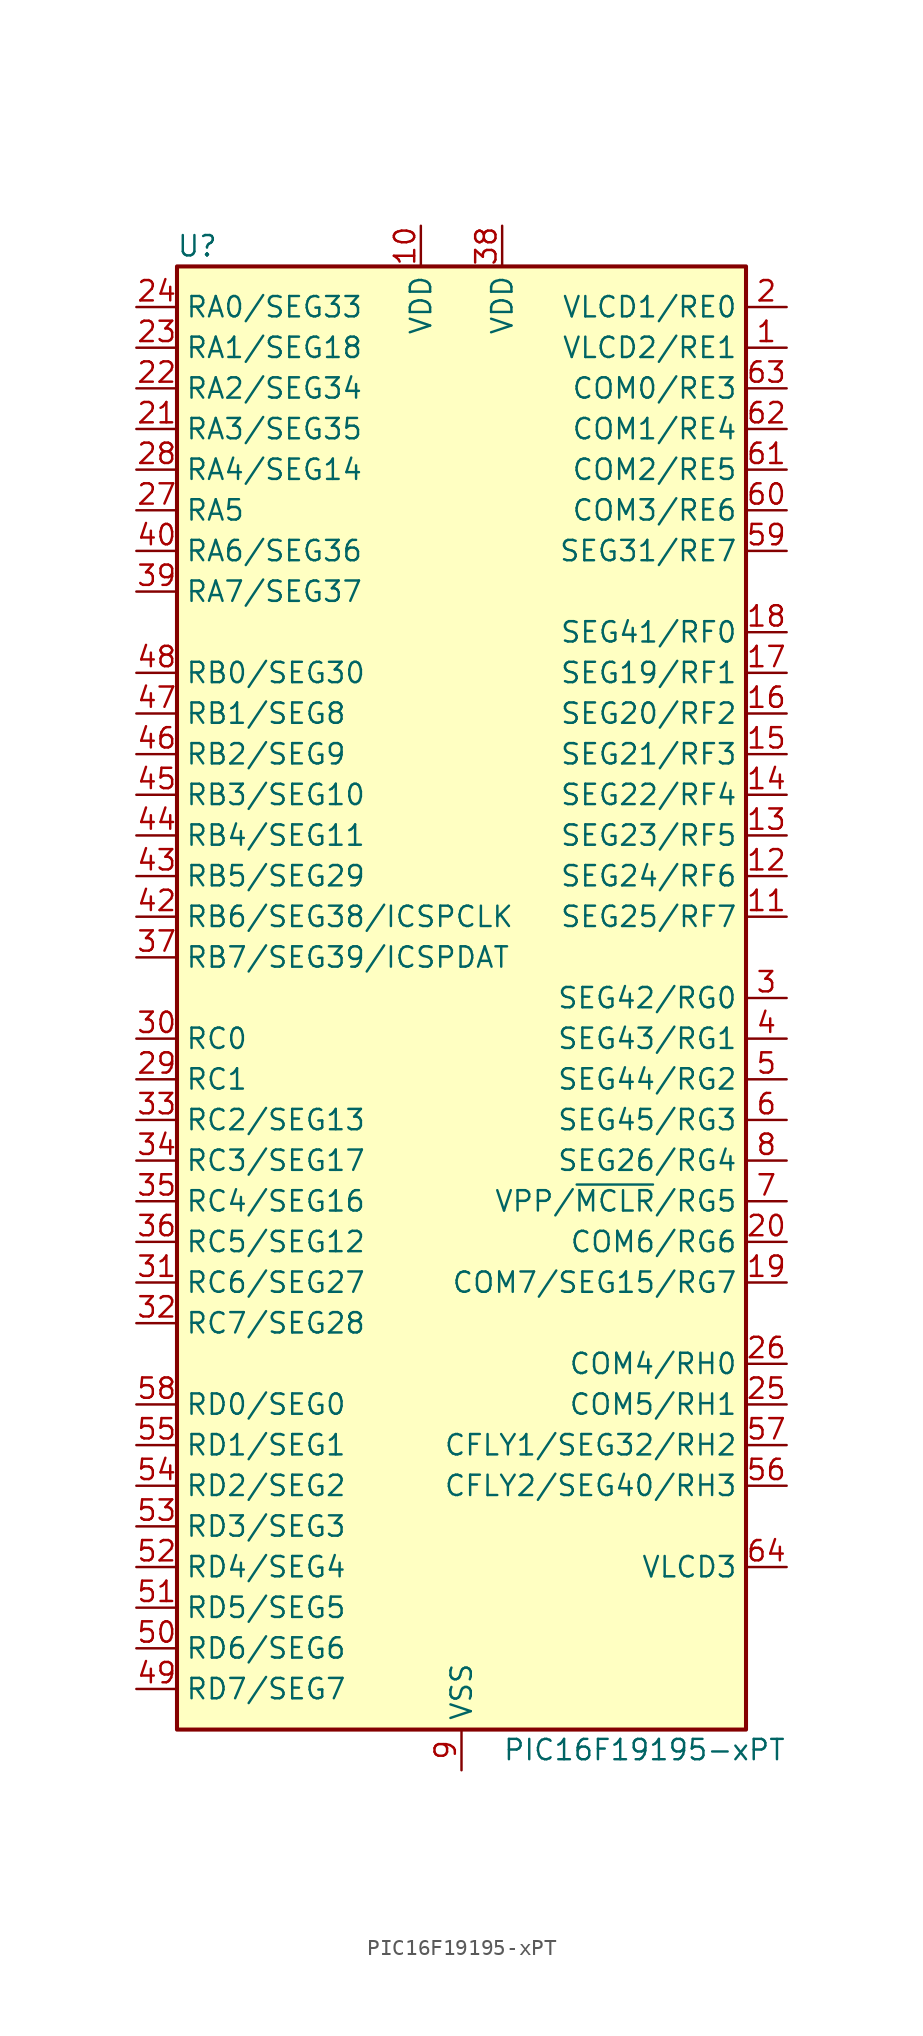
<source format=kicad_sym>
(kicad_symbol_lib
  (version 20201005)
  (generator kicad_symbol_editor)
  (symbol "MCU_Microchip_PIC16:PIC16F19195-xPT"
    (property "Reference" "U"
      (at -16.51 46.99 0)
      (effects (font (size 1.27 1.27))))
    (property "Value" "PIC16F19195-xPT"
      (at 11.43 -46.99 0)
      (effects (font (size 1.27 1.27))))
    (symbol "PIC16F19195-xPT_0_1"
      (rectangle (start -17.78 45.72) (end 17.78 -45.72) (stroke (width 0.254)) (fill (type background))))
    (symbol "PIC16F19195-xPT_1_1"
      (pin bidirectional line (at 20.32 40.64 180) (length 2.54) (name "VLCD2/RE1" (effects (font (size 1.27 1.27)))) (number "1" (effects (font (size 1.27 1.27)))))
      (pin power_in line (at -2.54 48.26 270) (length 2.54) (name "VDD" (effects (font (size 1.27 1.27)))) (number "10" (effects (font (size 1.27 1.27)))))
      (pin bidirectional line (at 20.32 5.08 180) (length 2.54) (name "SEG25/RF7" (effects (font (size 1.27 1.27)))) (number "11" (effects (font (size 1.27 1.27)))))
      (pin bidirectional line (at 20.32 7.62 180) (length 2.54) (name "SEG24/RF6" (effects (font (size 1.27 1.27)))) (number "12" (effects (font (size 1.27 1.27)))))
      (pin bidirectional line (at 20.32 10.16 180) (length 2.54) (name "SEG23/RF5" (effects (font (size 1.27 1.27)))) (number "13" (effects (font (size 1.27 1.27)))))
      (pin bidirectional line (at 20.32 12.7 180) (length 2.54) (name "SEG22/RF4" (effects (font (size 1.27 1.27)))) (number "14" (effects (font (size 1.27 1.27)))))
      (pin bidirectional line (at 20.32 15.24 180) (length 2.54) (name "SEG21/RF3" (effects (font (size 1.27 1.27)))) (number "15" (effects (font (size 1.27 1.27)))))
      (pin bidirectional line (at 20.32 17.78 180) (length 2.54) (name "SEG20/RF2" (effects (font (size 1.27 1.27)))) (number "16" (effects (font (size 1.27 1.27)))))
      (pin bidirectional line (at 20.32 20.32 180) (length 2.54) (name "SEG19/RF1" (effects (font (size 1.27 1.27)))) (number "17" (effects (font (size 1.27 1.27)))))
      (pin bidirectional line (at 20.32 22.86 180) (length 2.54) (name "SEG41/RF0" (effects (font (size 1.27 1.27)))) (number "18" (effects (font (size 1.27 1.27)))))
      (pin bidirectional line (at 20.32 -17.78 180) (length 2.54) (name "COM7/SEG15/RG7" (effects (font (size 1.27 1.27)))) (number "19" (effects (font (size 1.27 1.27)))))
      (pin bidirectional line (at 20.32 43.18 180) (length 2.54) (name "VLCD1/RE0" (effects (font (size 1.27 1.27)))) (number "2" (effects (font (size 1.27 1.27)))))
      (pin bidirectional line (at 20.32 -15.24 180) (length 2.54) (name "COM6/RG6" (effects (font (size 1.27 1.27)))) (number "20" (effects (font (size 1.27 1.27)))))
      (pin bidirectional line (at -20.32 35.56 0) (length 2.54) (name "RA3/SEG35" (effects (font (size 1.27 1.27)))) (number "21" (effects (font (size 1.27 1.27)))))
      (pin bidirectional line (at -20.32 38.1 0) (length 2.54) (name "RA2/SEG34" (effects (font (size 1.27 1.27)))) (number "22" (effects (font (size 1.27 1.27)))))
      (pin bidirectional line (at -20.32 40.64 0) (length 2.54) (name "RA1/SEG18" (effects (font (size 1.27 1.27)))) (number "23" (effects (font (size 1.27 1.27)))))
      (pin bidirectional line (at -20.32 43.18 0) (length 2.54) (name "RA0/SEG33" (effects (font (size 1.27 1.27)))) (number "24" (effects (font (size 1.27 1.27)))))
      (pin bidirectional line (at 20.32 -25.4 180) (length 2.54) (name "COM5/RH1" (effects (font (size 1.27 1.27)))) (number "25" (effects (font (size 1.27 1.27)))))
      (pin bidirectional line (at 20.32 -22.86 180) (length 2.54) (name "COM4/RH0" (effects (font (size 1.27 1.27)))) (number "26" (effects (font (size 1.27 1.27)))))
      (pin bidirectional line (at -20.32 30.48 0) (length 2.54) (name "RA5" (effects (font (size 1.27 1.27)))) (number "27" (effects (font (size 1.27 1.27)))))
      (pin bidirectional line (at -20.32 33.02 0) (length 2.54) (name "RA4/SEG14" (effects (font (size 1.27 1.27)))) (number "28" (effects (font (size 1.27 1.27)))))
      (pin bidirectional line (at -20.32 -5.08 0) (length 2.54) (name "RC1" (effects (font (size 1.27 1.27)))) (number "29" (effects (font (size 1.27 1.27)))))
      (pin bidirectional line (at 20.32 0 180) (length 2.54) (name "SEG42/RG0" (effects (font (size 1.27 1.27)))) (number "3" (effects (font (size 1.27 1.27)))))
      (pin bidirectional line (at -20.32 -2.54 0) (length 2.54) (name "RC0" (effects (font (size 1.27 1.27)))) (number "30" (effects (font (size 1.27 1.27)))))
      (pin bidirectional line (at -20.32 -17.78 0) (length 2.54) (name "RC6/SEG27" (effects (font (size 1.27 1.27)))) (number "31" (effects (font (size 1.27 1.27)))))
      (pin bidirectional line (at -20.32 -20.32 0) (length 2.54) (name "RC7/SEG28" (effects (font (size 1.27 1.27)))) (number "32" (effects (font (size 1.27 1.27)))))
      (pin bidirectional line (at -20.32 -7.62 0) (length 2.54) (name "RC2/SEG13" (effects (font (size 1.27 1.27)))) (number "33" (effects (font (size 1.27 1.27)))))
      (pin bidirectional line (at -20.32 -10.16 0) (length 2.54) (name "RC3/SEG17" (effects (font (size 1.27 1.27)))) (number "34" (effects (font (size 1.27 1.27)))))
      (pin bidirectional line (at -20.32 -12.7 0) (length 2.54) (name "RC4/SEG16" (effects (font (size 1.27 1.27)))) (number "35" (effects (font (size 1.27 1.27)))))
      (pin bidirectional line (at -20.32 -15.24 0) (length 2.54) (name "RC5/SEG12" (effects (font (size 1.27 1.27)))) (number "36" (effects (font (size 1.27 1.27)))))
      (pin bidirectional line (at -20.32 2.54 0) (length 2.54) (name "RB7/SEG39/ICSPDAT" (effects (font (size 1.27 1.27)))) (number "37" (effects (font (size 1.27 1.27)))))
      (pin power_in line (at 2.54 48.26 270) (length 2.54) (name "VDD" (effects (font (size 1.27 1.27)))) (number "38" (effects (font (size 1.27 1.27)))))
      (pin bidirectional line (at -20.32 25.4 0) (length 2.54) (name "RA7/SEG37" (effects (font (size 1.27 1.27)))) (number "39" (effects (font (size 1.27 1.27)))))
      (pin bidirectional line (at 20.32 -2.54 180) (length 2.54) (name "SEG43/RG1" (effects (font (size 1.27 1.27)))) (number "4" (effects (font (size 1.27 1.27)))))
      (pin bidirectional line (at -20.32 27.94 0) (length 2.54) (name "RA6/SEG36" (effects (font (size 1.27 1.27)))) (number "40" (effects (font (size 1.27 1.27)))))
      (pin passive line (at 0 -48.26 90) (length 2.54) hide (name "VSS" (effects (font (size 1.27 1.27)))) (number "41" (effects (font (size 1.27 1.27)))))
      (pin bidirectional line (at -20.32 5.08 0) (length 2.54) (name "RB6/SEG38/ICSPCLK" (effects (font (size 1.27 1.27)))) (number "42" (effects (font (size 1.27 1.27)))))
      (pin bidirectional line (at -20.32 7.62 0) (length 2.54) (name "RB5/SEG29" (effects (font (size 1.27 1.27)))) (number "43" (effects (font (size 1.27 1.27)))))
      (pin bidirectional line (at -20.32 10.16 0) (length 2.54) (name "RB4/SEG11" (effects (font (size 1.27 1.27)))) (number "44" (effects (font (size 1.27 1.27)))))
      (pin bidirectional line (at -20.32 12.7 0) (length 2.54) (name "RB3/SEG10" (effects (font (size 1.27 1.27)))) (number "45" (effects (font (size 1.27 1.27)))))
      (pin bidirectional line (at -20.32 15.24 0) (length 2.54) (name "RB2/SEG9" (effects (font (size 1.27 1.27)))) (number "46" (effects (font (size 1.27 1.27)))))
      (pin bidirectional line (at -20.32 17.78 0) (length 2.54) (name "RB1/SEG8" (effects (font (size 1.27 1.27)))) (number "47" (effects (font (size 1.27 1.27)))))
      (pin bidirectional line (at -20.32 20.32 0) (length 2.54) (name "RB0/SEG30" (effects (font (size 1.27 1.27)))) (number "48" (effects (font (size 1.27 1.27)))))
      (pin bidirectional line (at -20.32 -43.18 0) (length 2.54) (name "RD7/SEG7" (effects (font (size 1.27 1.27)))) (number "49" (effects (font (size 1.27 1.27)))))
      (pin bidirectional line (at 20.32 -5.08 180) (length 2.54) (name "SEG44/RG2" (effects (font (size 1.27 1.27)))) (number "5" (effects (font (size 1.27 1.27)))))
      (pin bidirectional line (at -20.32 -40.64 0) (length 2.54) (name "RD6/SEG6" (effects (font (size 1.27 1.27)))) (number "50" (effects (font (size 1.27 1.27)))))
      (pin bidirectional line (at -20.32 -38.1 0) (length 2.54) (name "RD5/SEG5" (effects (font (size 1.27 1.27)))) (number "51" (effects (font (size 1.27 1.27)))))
      (pin bidirectional line (at -20.32 -35.56 0) (length 2.54) (name "RD4/SEG4" (effects (font (size 1.27 1.27)))) (number "52" (effects (font (size 1.27 1.27)))))
      (pin bidirectional line (at -20.32 -33.02 0) (length 2.54) (name "RD3/SEG3" (effects (font (size 1.27 1.27)))) (number "53" (effects (font (size 1.27 1.27)))))
      (pin bidirectional line (at -20.32 -30.48 0) (length 2.54) (name "RD2/SEG2" (effects (font (size 1.27 1.27)))) (number "54" (effects (font (size 1.27 1.27)))))
      (pin bidirectional line (at -20.32 -27.94 0) (length 2.54) (name "RD1/SEG1" (effects (font (size 1.27 1.27)))) (number "55" (effects (font (size 1.27 1.27)))))
      (pin bidirectional line (at 20.32 -30.48 180) (length 2.54) (name "CFLY2/SEG40/RH3" (effects (font (size 1.27 1.27)))) (number "56" (effects (font (size 1.27 1.27)))))
      (pin bidirectional line (at 20.32 -27.94 180) (length 2.54) (name "CFLY1/SEG32/RH2" (effects (font (size 1.27 1.27)))) (number "57" (effects (font (size 1.27 1.27)))))
      (pin bidirectional line (at -20.32 -25.4 0) (length 2.54) (name "RD0/SEG0" (effects (font (size 1.27 1.27)))) (number "58" (effects (font (size 1.27 1.27)))))
      (pin bidirectional line (at 20.32 27.94 180) (length 2.54) (name "SEG31/RE7" (effects (font (size 1.27 1.27)))) (number "59" (effects (font (size 1.27 1.27)))))
      (pin bidirectional line (at 20.32 -7.62 180) (length 2.54) (name "SEG45/RG3" (effects (font (size 1.27 1.27)))) (number "6" (effects (font (size 1.27 1.27)))))
      (pin bidirectional line (at 20.32 30.48 180) (length 2.54) (name "COM3/RE6" (effects (font (size 1.27 1.27)))) (number "60" (effects (font (size 1.27 1.27)))))
      (pin bidirectional line (at 20.32 33.02 180) (length 2.54) (name "COM2/RE5" (effects (font (size 1.27 1.27)))) (number "61" (effects (font (size 1.27 1.27)))))
      (pin bidirectional line (at 20.32 35.56 180) (length 2.54) (name "COM1/RE4" (effects (font (size 1.27 1.27)))) (number "62" (effects (font (size 1.27 1.27)))))
      (pin bidirectional line (at 20.32 38.1 180) (length 2.54) (name "COM0/RE3" (effects (font (size 1.27 1.27)))) (number "63" (effects (font (size 1.27 1.27)))))
      (pin input line (at 20.32 -35.56 180) (length 2.54) (name "VLCD3" (effects (font (size 1.27 1.27)))) (number "64" (effects (font (size 1.27 1.27)))))
      (pin bidirectional line (at 20.32 -12.7 180) (length 2.54) (name "VPP/~MCLR~/RG5" (effects (font (size 1.27 1.27)))) (number "7" (effects (font (size 1.27 1.27)))))
      (pin bidirectional line (at 20.32 -10.16 180) (length 2.54) (name "SEG26/RG4" (effects (font (size 1.27 1.27)))) (number "8" (effects (font (size 1.27 1.27)))))
      (pin power_in line (at 0 -48.26 90) (length 2.54) (name "VSS" (effects (font (size 1.27 1.27)))) (number "9" (effects (font (size 1.27 1.27))))))))
</source>
